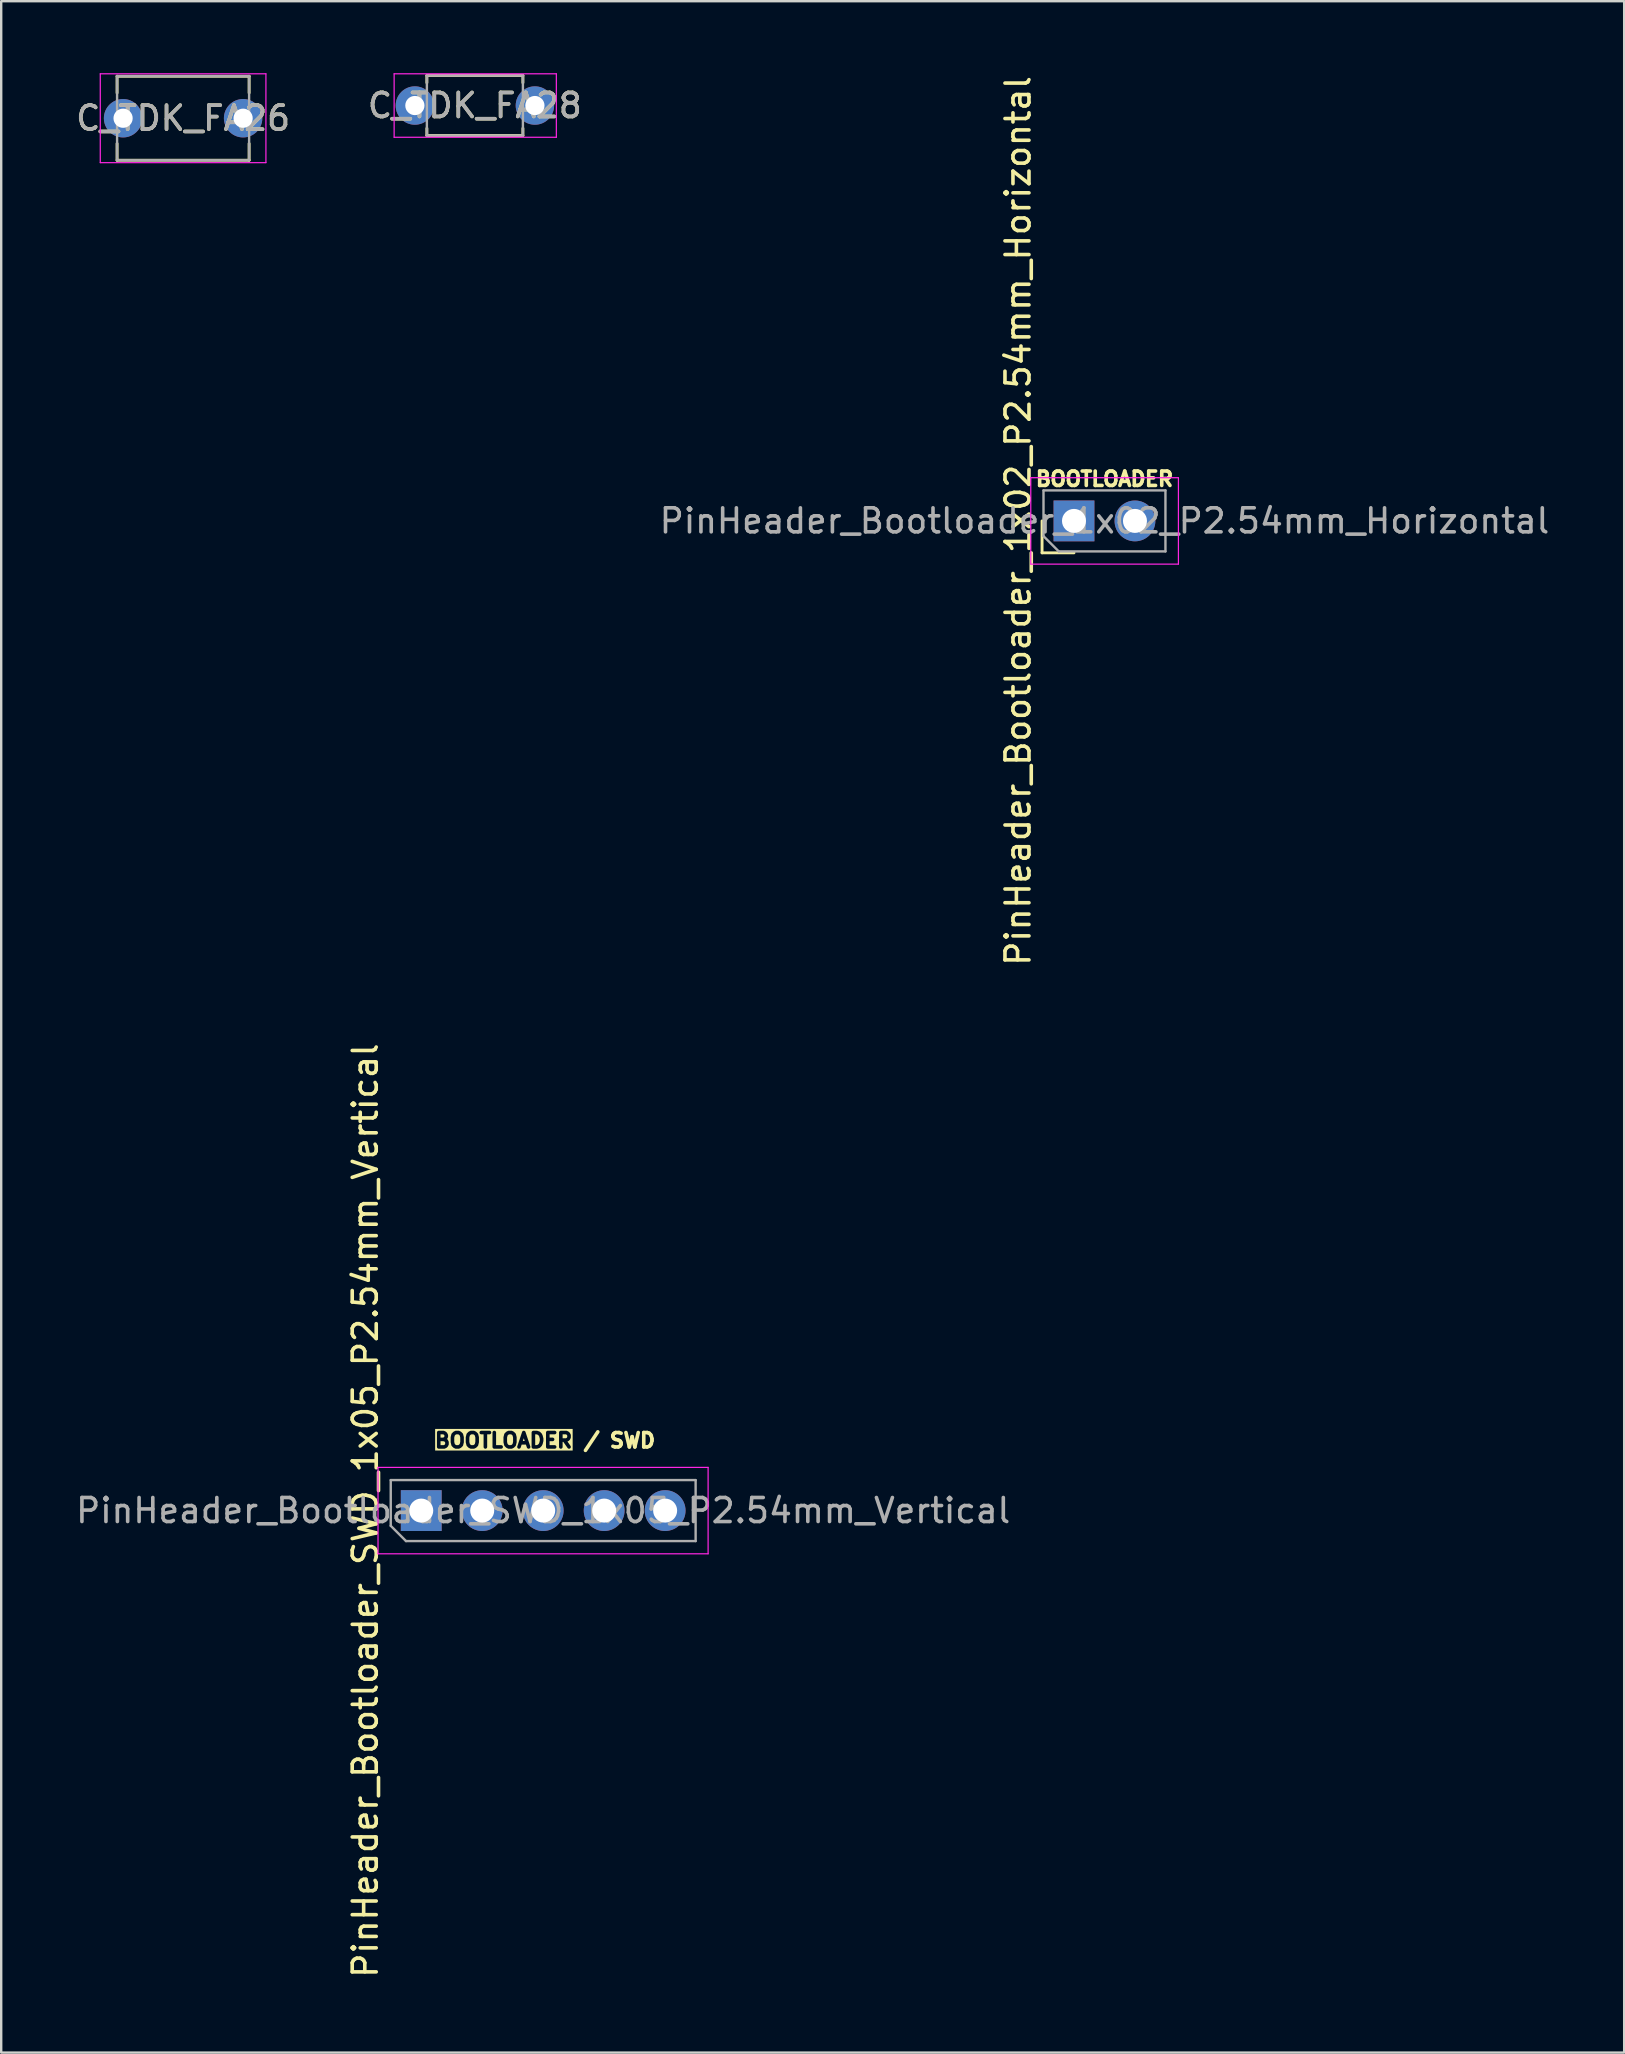
<source format=kicad_pcb>
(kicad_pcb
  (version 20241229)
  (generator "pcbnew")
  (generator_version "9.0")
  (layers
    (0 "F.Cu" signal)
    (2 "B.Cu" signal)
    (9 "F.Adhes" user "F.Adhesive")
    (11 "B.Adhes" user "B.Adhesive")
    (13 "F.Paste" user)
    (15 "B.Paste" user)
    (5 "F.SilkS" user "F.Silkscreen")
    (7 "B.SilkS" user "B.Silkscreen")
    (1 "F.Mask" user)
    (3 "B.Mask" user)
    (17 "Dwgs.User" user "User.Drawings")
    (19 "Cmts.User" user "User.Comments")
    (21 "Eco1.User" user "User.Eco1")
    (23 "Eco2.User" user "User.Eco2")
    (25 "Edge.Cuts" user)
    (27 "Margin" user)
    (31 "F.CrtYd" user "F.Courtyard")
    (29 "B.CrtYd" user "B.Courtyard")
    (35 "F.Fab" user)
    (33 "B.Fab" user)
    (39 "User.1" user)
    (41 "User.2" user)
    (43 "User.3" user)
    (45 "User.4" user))
  (footprint "C_TDK_FA28"
    (layer "F.Cu")
    (at 14.232 1.346)
    (property "Reference" "C_TDK_FA28" (at 2.5 0 0) (layer "F.SilkS") (effects (font (size 1 1) (thickness 0.15))))
    (attr through_hole)
    (fp_line (start 0.5 -1.25) (end 0.5 -0.95) (stroke (width 0.12) (type solid)) (layer "F.SilkS"))
    (fp_line (start 0.5 -1.25) (end 4.5 -1.25) (stroke (width 0.12) (type solid)) (layer "F.SilkS"))
    (fp_line (start 0.5 1.25) (end 0.5 0.95) (stroke (width 0.12) (type solid)) (layer "F.SilkS"))
    (fp_line (start 0.5 1.25) (end 4.5 1.25) (stroke (width 0.12) (type solid)) (layer "F.SilkS"))
    (fp_line (start 4.5 -1.25) (end 4.5 -0.95) (stroke (width 0.12) (type solid)) (layer "F.SilkS"))
    (fp_line (start 4.5 1.25) (end 4.5 0.95) (stroke (width 0.12) (type solid)) (layer "F.SilkS"))
    (fp_line (start -0.864 -1.321) (end -0.864 1.321) (stroke (width 0.05) (type solid)) (layer "F.CrtYd"))
    (fp_line (start -0.864 1.321) (end 5.893 1.321) (stroke (width 0.05) (type solid)) (layer "F.CrtYd"))
    (fp_line (start 5.893 -1.321) (end -0.864 -1.321) (stroke (width 0.05) (type solid)) (layer "F.CrtYd"))
    (fp_line (start 5.893 1.321) (end 5.893 -1.321) (stroke (width 0.05) (type solid)) (layer "F.CrtYd"))
    (fp_line (start 0.5 -1.25) (end 0.5 1.25) (stroke (width 0.1) (type solid)) (layer "F.Fab"))
    (fp_line (start 0.5 1.25) (end 4.5 1.25) (stroke (width 0.1) (type solid)) (layer "F.Fab"))
    (fp_line (start 4.5 -1.25) (end 0.5 -1.25) (stroke (width 0.1) (type solid)) (layer "F.Fab"))
    (fp_line (start 4.5 1.25) (end 4.5 -1.25) (stroke (width 0.1) (type solid)) (layer "F.Fab"))
    (fp_text user "${REFERENCE}" (at 2.5 0 0) (layer "F.Fab") (effects (font (size 1 1) (thickness 0.15))))
    (pad "1" thru_hole circle (at 0 0) (size 1.6 1.6) (drill 0.8) (layers "*.Cu" "*.Mask"))
    (pad "2" thru_hole circle (at 5 0) (size 1.6 1.6) (drill 0.8) (layers "*.Cu" "*.Mask")))
  (footprint "PinHeader_Bootloader_1x02_P2.54mm_Horizontal"
    (layer "F.Cu")
    (at 41.688 18.649)
    (property "Reference" "PinHeader_Bootloader_1x02_P2.54mm_Horizontal" (at -2.33 0 90) (layer "F.SilkS") (effects (font (size 1 1) (thickness 0.15))))
    (attr through_hole)
    (fp_line (start -1.33 1.33) (end -1.33 0) (stroke (width 0.12) (type solid)) (layer "F.SilkS"))
    (fp_line (start 0 1.33) (end -1.33 1.33) (stroke (width 0.12) (type solid)) (layer "F.SilkS"))
    (fp_line (start -1.8 -1.8) (end -1.8 1.8) (stroke (width 0.05) (type solid)) (layer "F.CrtYd"))
    (fp_line (start -1.8 1.8) (end 4.35 1.8) (stroke (width 0.05) (type solid)) (layer "F.CrtYd"))
    (fp_line (start 4.35 -1.8) (end -1.8 -1.8) (stroke (width 0.05) (type solid)) (layer "F.CrtYd"))
    (fp_line (start 4.35 1.8) (end 4.35 -1.8) (stroke (width 0.05) (type solid)) (layer "F.CrtYd"))
    (fp_line (start -1.27 -1.27) (end 3.81 -1.27) (stroke (width 0.1) (type solid)) (layer "F.Fab"))
    (fp_line (start -1.27 0.635) (end -1.27 -1.27) (stroke (width 0.1) (type solid)) (layer "F.Fab"))
    (fp_line (start -0.635 1.27) (end -1.27 0.635) (stroke (width 0.1) (type solid)) (layer "F.Fab"))
    (fp_line (start 3.81 -1.27) (end 3.81 1.27) (stroke (width 0.1) (type solid)) (layer "F.Fab"))
    (fp_line (start 3.81 1.27) (end -0.635 1.27) (stroke (width 0.1) (type solid)) (layer "F.Fab"))
    (fp_text user "BOOTLOADER" (at 1.27 -1.397 0) (unlocked yes) (layer "F.SilkS") (effects (font (size 0.6 0.6) (thickness 0.15) (bold yes)) (justify bottom)))
    (fp_text user "${REFERENCE}" (at 1.27 0 180) (layer "F.Fab") (effects (font (size 1 1) (thickness 0.15))))
    (pad "1" thru_hole rect (at 0 0 90) (size 1.7 1.7) (drill 1) (layers "*.Cu" "*.Mask"))
    (pad "2" thru_hole oval (at 2.54 0 90) (size 1.7 1.7) (drill 1) (layers "*.Cu" "*.Mask")))
  (footprint "PinHeader_Bootloader_SWD_1x05_P2.54mm_Vertical"
    (layer "F.Cu")
    (at 14.497 59.875)
    (property "Reference" "PinHeader_Bootloader_SWD_1x05_P2.54mm_Vertical" (at -2.33 0 90) (layer "F.SilkS") (effects (font (size 1 1) (thickness 0.15))))
    (property "BOOTLOADER" "BOOTLOADER" (at 3.429 -2.921 0) (layer "F.SilkS" knockout) (effects (font (size 0.6 0.6) (thickness 0.15) (bold yes))))
    (attr through_hole)
    (fp_line (start -1.8 -1.8) (end -1.8 1.8) (stroke (width 0.05) (type solid)) (layer "F.CrtYd"))
    (fp_line (start -1.8 1.8) (end 11.95 1.8) (stroke (width 0.05) (type solid)) (layer "F.CrtYd"))
    (fp_line (start 11.95 -1.8) (end -1.8 -1.8) (stroke (width 0.05) (type solid)) (layer "F.CrtYd"))
    (fp_line (start 11.95 1.8) (end 11.95 -1.8) (stroke (width 0.05) (type solid)) (layer "F.CrtYd"))
    (fp_line (start -1.27 -1.27) (end 11.43 -1.27) (stroke (width 0.1) (type solid)) (layer "F.Fab"))
    (fp_line (start -1.27 0.635) (end -1.27 -1.27) (stroke (width 0.1) (type solid)) (layer "F.Fab"))
    (fp_line (start -0.635 1.27) (end -1.27 0.635) (stroke (width 0.1) (type solid)) (layer "F.Fab"))
    (fp_line (start 11.43 -1.27) (end 11.43 1.27) (stroke (width 0.1) (type solid)) (layer "F.Fab"))
    (fp_line (start 11.43 1.27) (end -0.635 1.27) (stroke (width 0.1) (type solid)) (layer "F.Fab"))
    (fp_text user "${NET_NAME(1)}" (at 0 -1.397 0) (unlocked yes) (layer "F.SilkS" knockout) (effects (font (size 0.6 0.6) (thickness 0.15) (bold yes)) (justify bottom)))
    (fp_text user "${NET_NAME(2)}" (at 2.54 -1.397 0) (unlocked yes) (layer "F.SilkS" knockout) (effects (font (size 0.6 0.6) (thickness 0.15) (bold yes)) (justify bottom)))
    (fp_text user "/ SWD" (at 8.255 -2.921 0) (unlocked yes) (layer "F.SilkS") (effects (font (size 0.6 0.6) (thickness 0.15) (bold yes))))
    (fp_text user "${NET_NAME(5)}" (at 10.16 -1.397 0) (unlocked yes) (layer "F.SilkS") (effects (font (size 0.6 0.6) (thickness 0.15) (bold yes)) (justify bottom)))
    (fp_text user "${NET_NAME(4)}" (at 7.62 -1.397 0) (unlocked yes) (layer "F.SilkS") (effects (font (size 0.6 0.6) (thickness 0.15) (bold yes)) (justify bottom)))
    (fp_text user "${NET_NAME(3)}" (at 5.08 -1.397 0) (unlocked yes) (layer "F.SilkS") (effects (font (size 0.6 0.6) (thickness 0.15) (bold yes)) (justify bottom)))
    (fp_text user "${REFERENCE}" (at 5.08 0 180) (layer "F.Fab") (effects (font (size 1 1) (thickness 0.15))))
    (pad "1" thru_hole rect (at 0 0 90) (size 1.7 1.7) (drill 1) (layers "*.Cu" "*.Mask"))
    (pad "2" thru_hole oval (at 2.54 0 90) (size 1.7 1.7) (drill 1) (layers "*.Cu" "*.Mask"))
    (pad "3" thru_hole oval (at 5.08 0 90) (size 1.7 1.7) (drill 1) (layers "*.Cu" "*.Mask"))
    (pad "4" thru_hole oval (at 7.62 0 90) (size 1.7 1.7) (drill 1) (layers "*.Cu" "*.Mask"))
    (pad "5" thru_hole oval (at 10.16 0 90) (size 1.7 1.7) (drill 1) (layers "*.Cu" "*.Mask")))
  (footprint "C_TDK_FA26"
    (layer "F.Cu")
    (at 2.077 1.875)
    (property "Reference" "C_TDK_FA26" (at 2.5 0 0) (layer "F.SilkS") (effects (font (size 1 1) (thickness 0.15))))
    (attr through_hole)
    (fp_line (start -0.25 -1.75) (end -0.25 -1.055) (stroke (width 0.12) (type solid)) (layer "F.SilkS"))
    (fp_line (start -0.25 -1.75) (end 5.25 -1.75) (stroke (width 0.12) (type solid)) (layer "F.SilkS"))
    (fp_line (start -0.25 1.75) (end -0.25 1.055) (stroke (width 0.12) (type solid)) (layer "F.SilkS"))
    (fp_line (start -0.25 1.75) (end 5.25 1.75) (stroke (width 0.12) (type solid)) (layer "F.SilkS"))
    (fp_line (start 5.25 -1.75) (end 5.25 -1.055) (stroke (width 0.12) (type solid)) (layer "F.SilkS"))
    (fp_line (start 5.25 1.75) (end 5.25 1.055) (stroke (width 0.12) (type solid)) (layer "F.SilkS"))
    (fp_line (start -0.95 -1.85) (end -0.95 1.85) (stroke (width 0.05) (type solid)) (layer "F.CrtYd"))
    (fp_line (start -0.95 1.85) (end 5.95 1.85) (stroke (width 0.05) (type solid)) (layer "F.CrtYd"))
    (fp_line (start 5.95 -1.85) (end -0.95 -1.85) (stroke (width 0.05) (type solid)) (layer "F.CrtYd"))
    (fp_line (start 5.95 1.85) (end 5.95 -1.85) (stroke (width 0.05) (type solid)) (layer "F.CrtYd"))
    (fp_line (start -0.25 -1.75) (end -0.25 1.75) (stroke (width 0.1) (type solid)) (layer "F.Fab"))
    (fp_line (start -0.25 1.75) (end 5.25 1.75) (stroke (width 0.1) (type solid)) (layer "F.Fab"))
    (fp_line (start 5.25 -1.75) (end -0.25 -1.75) (stroke (width 0.1) (type solid)) (layer "F.Fab"))
    (fp_line (start 5.25 1.75) (end 5.25 -1.75) (stroke (width 0.1) (type solid)) (layer "F.Fab"))
    (fp_text user "${REFERENCE}" (at 2.5 0 0) (layer "F.Fab") (effects (font (size 1 1) (thickness 0.15))))
    (pad "1" thru_hole circle (at 0 0) (size 1.6 1.6) (drill 0.8) (layers "*.Cu" "*.Mask"))
    (pad "2" thru_hole circle (at 5 0) (size 1.6 1.6) (drill 0.8) (layers "*.Cu" "*.Mask")))
  (gr_rect
    (start -3 -3)
    (end 64.607 82.452)
    (stroke (width 0.1) (type default))
    (fill no)
    (layer "Edge.Cuts")))
</source>
